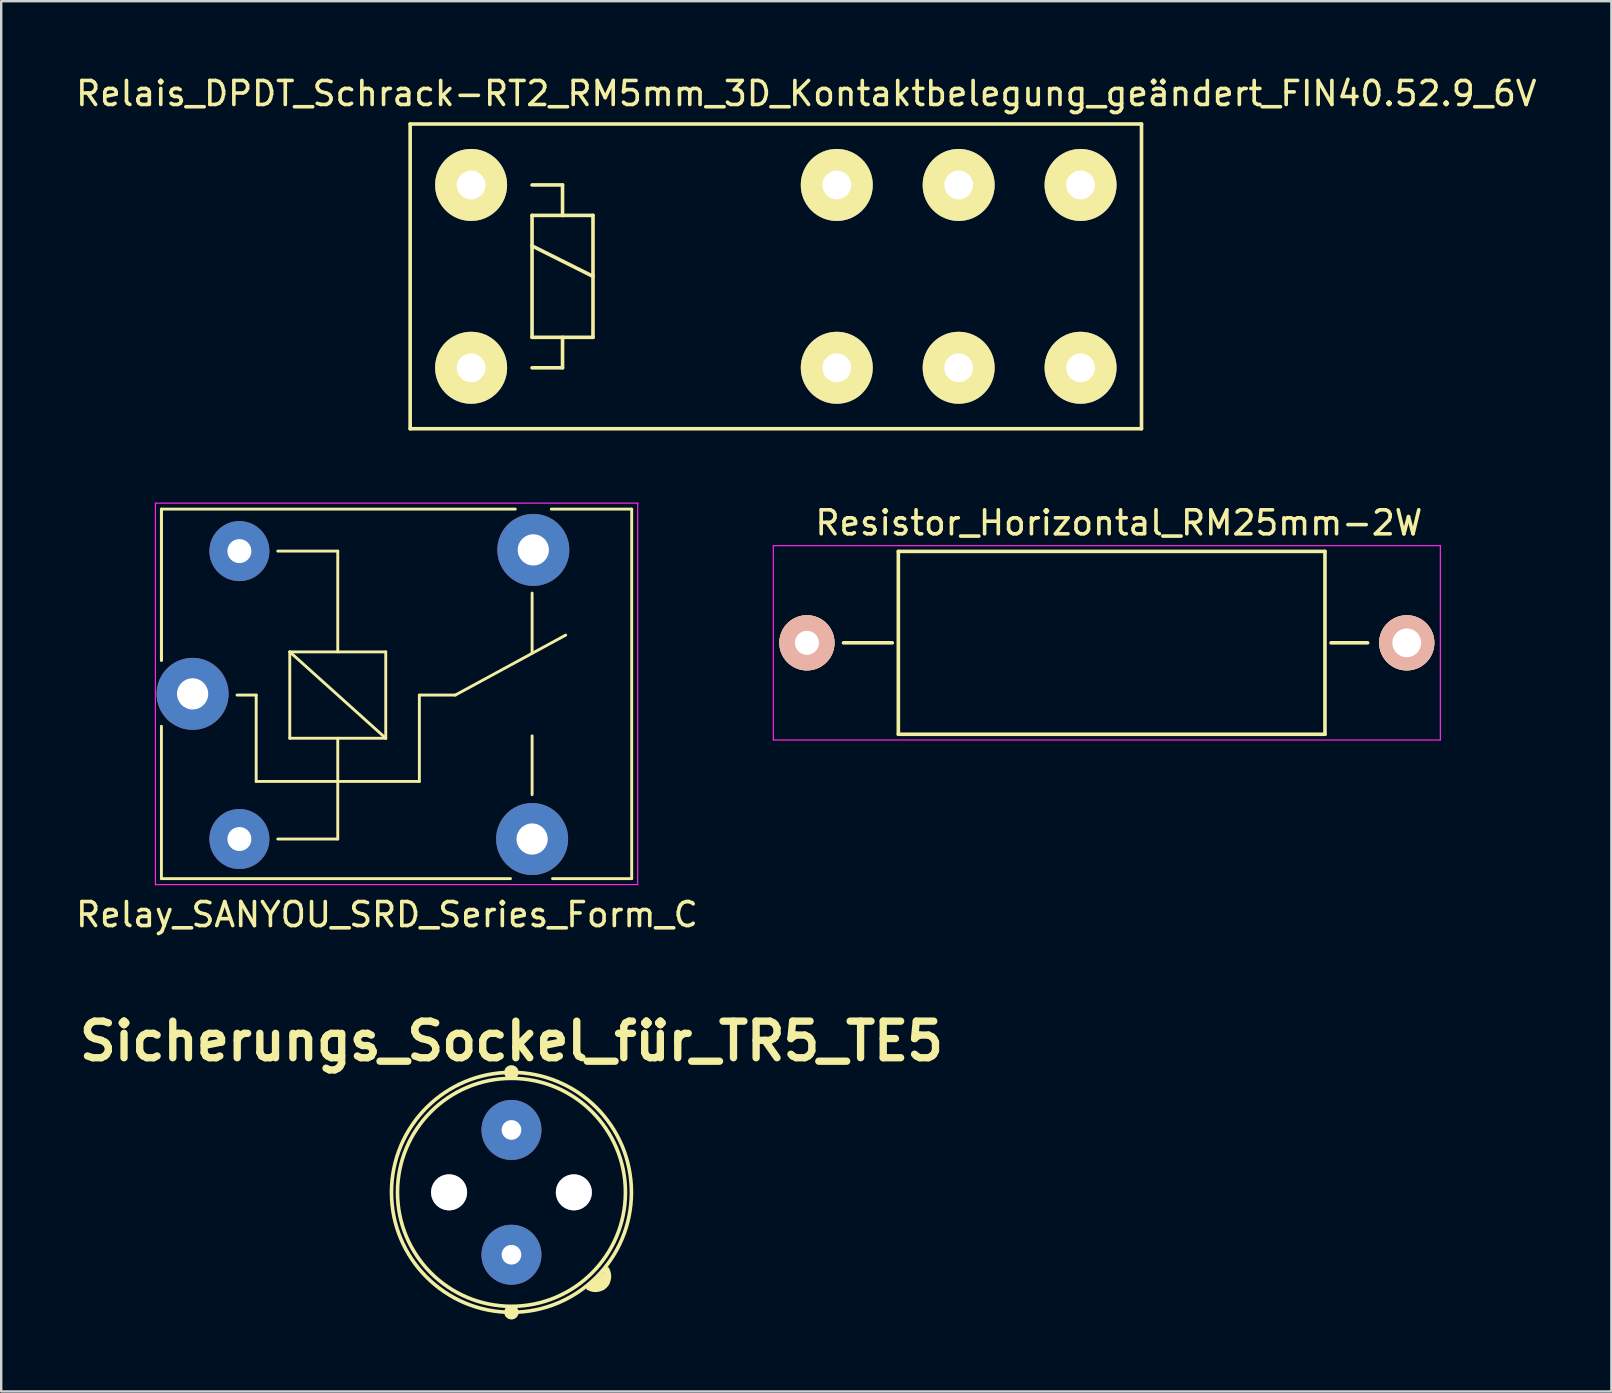
<source format=kicad_pcb>
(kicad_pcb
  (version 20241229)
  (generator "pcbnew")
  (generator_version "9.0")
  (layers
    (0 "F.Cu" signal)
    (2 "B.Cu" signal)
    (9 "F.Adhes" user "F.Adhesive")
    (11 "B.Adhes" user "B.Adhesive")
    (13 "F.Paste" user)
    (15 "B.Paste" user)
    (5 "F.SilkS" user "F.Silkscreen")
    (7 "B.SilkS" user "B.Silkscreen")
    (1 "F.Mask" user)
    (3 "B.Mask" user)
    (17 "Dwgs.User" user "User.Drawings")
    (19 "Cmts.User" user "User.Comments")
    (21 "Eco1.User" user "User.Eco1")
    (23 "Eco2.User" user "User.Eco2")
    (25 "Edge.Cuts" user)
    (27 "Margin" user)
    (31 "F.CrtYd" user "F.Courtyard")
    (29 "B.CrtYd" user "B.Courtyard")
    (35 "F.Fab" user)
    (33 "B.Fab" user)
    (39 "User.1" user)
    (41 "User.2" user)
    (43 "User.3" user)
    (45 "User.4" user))
  (footprint "Resistor_Horizontal_RM25mm-2W"
    (layer "F.Cu")
    (at 43.08 23.741)
    (property "Reference" "Resistor_Horizontal_RM25mm-2W" (at 0.5 -5 0) (layer "F.SilkS") (effects (font (size 1 1) (thickness 0.15))))
    (attr through_hole)
    (fp_line (start -8.944 0) (end -10.976 0) (stroke (width 0.15) (type solid)) (layer "F.SilkS"))
    (fp_line (start -8.69 -3.81) (end -8.69 3.81) (stroke (width 0.15) (type solid)) (layer "F.SilkS"))
    (fp_line (start -8.69 3.81) (end 9.09 3.81) (stroke (width 0.15) (type solid)) (layer "F.SilkS"))
    (fp_line (start 9.09 -3.81) (end -8.69 -3.81) (stroke (width 0.15) (type solid)) (layer "F.SilkS"))
    (fp_line (start 9.09 3.81) (end 9.09 -3.81) (stroke (width 0.15) (type solid)) (layer "F.SilkS"))
    (fp_line (start 9.344 0) (end 10.868 0) (stroke (width 0.15) (type solid)) (layer "F.SilkS"))
    (fp_line (start -13.9 -4.05) (end 13.9 -4.05) (stroke (width 0.05) (type solid)) (layer "F.CrtYd"))
    (fp_line (start -13.9 4.05) (end -13.9 -4.05) (stroke (width 0.05) (type solid)) (layer "F.CrtYd"))
    (fp_line (start -13.9 4.05) (end 13.9 4.05) (stroke (width 0.05) (type solid)) (layer "F.CrtYd"))
    (fp_line (start 13.9 -4.05) (end 13.9 4.05) (stroke (width 0.05) (type solid)) (layer "F.CrtYd"))
    (pad "1" thru_hole circle (at -12.5 0) (size 2.301 2.301) (drill 1.001) (layers "*.Cu" "*.SilkS" "*.Mask"))
    (pad "2" thru_hole circle (at 12.499 0) (size 2.301 2.301) (drill 1.199) (layers "*.Cu" "*.SilkS" "*.Mask")))
  (footprint "Sicherungs_Sockel_für_TR5_TE5"
    (layer "F.Cu")
    (at 18.266 46.643)
    (property "Reference" "Sicherungs_Sockel_für_TR5_TE5" (at 0 -6.3 0) (layer "F.SilkS") (effects (font (size 1.524 1.524) (thickness 0.305))))
    (attr through_hole)
    (fp_line (start -0.2 -5.1) (end 0.1 -5.1) (stroke (width 0.15) (type solid)) (layer "F.SilkS"))
    (fp_line (start -0.2 -4.9) (end 0.1 -4.9) (stroke (width 0.15) (type solid)) (layer "F.SilkS"))
    (fp_line (start -0.2 4.9) (end 0.1 4.9) (stroke (width 0.15) (type solid)) (layer "F.SilkS"))
    (fp_line (start -0.2 5.1) (end 0.1 5.1) (stroke (width 0.15) (type solid)) (layer "F.SilkS"))
    (fp_line (start 3.2 4) (end 3.3 3.9) (stroke (width 0.15) (type solid)) (layer "F.SilkS"))
    (fp_line (start 3.3 3.9) (end 3.7 3.7) (stroke (width 0.15) (type solid)) (layer "F.SilkS"))
    (fp_line (start 3.4 4) (end 3.3 3.9) (stroke (width 0.15) (type solid)) (layer "F.SilkS"))
    (fp_line (start 3.4 4) (end 3.6 4) (stroke (width 0.15) (type solid)) (layer "F.SilkS"))
    (fp_line (start 3.6 3.6) (end 3.3 3.9) (stroke (width 0.15) (type solid)) (layer "F.SilkS"))
    (fp_line (start 3.6 3.8) (end 3.8 3.7) (stroke (width 0.15) (type solid)) (layer "F.SilkS"))
    (fp_line (start 3.6 4) (end 3.4 3.8) (stroke (width 0.15) (type solid)) (layer "F.SilkS"))
    (fp_line (start 3.6 4) (end 3.9 3.8) (stroke (width 0.15) (type solid)) (layer "F.SilkS"))
    (fp_line (start 3.8 3.7) (end 3.8 3.8) (stroke (width 0.15) (type solid)) (layer "F.SilkS"))
    (fp_line (start 3.8 3.8) (end 3.6 3.6) (stroke (width 0.15) (type solid)) (layer "F.SilkS"))
    (fp_line (start 3.8 4) (end 3.5 3.7) (stroke (width 0.15) (type solid)) (layer "F.SilkS"))
    (fp_line (start 3.9 3.8) (end 4 3.4) (stroke (width 0.15) (type solid)) (layer "F.SilkS"))
    (fp_line (start 4 3.2) (end 3.9 3.3) (stroke (width 0.15) (type solid)) (layer "F.SilkS"))
    (fp_line (start 4 3.4) (end 3.6 3.8) (stroke (width 0.15) (type solid)) (layer "F.SilkS"))
    (fp_line (start 4 3.4) (end 3.9 3.3) (stroke (width 0.15) (type solid)) (layer "F.SilkS"))
    (fp_line (start 4 3.6) (end 3.8 3.4) (stroke (width 0.15) (type solid)) (layer "F.SilkS"))
    (fp_line (start 4 3.8) (end 3.7 3.5) (stroke (width 0.15) (type solid)) (layer "F.SilkS"))
    (fp_arc (start 4 3.2) (mid 4.065685 3.641421) (end 3.8 4) (stroke (width 0.15) (type solid)) (layer "F.SilkS"))
    (fp_arc (start 4 3.8) (mid 3.641421 4.065685) (end 3.2 4) (stroke (width 0.15) (type solid)) (layer "F.SilkS"))
    (fp_circle (center 0 -5) (end 0.1 -4.8) (stroke (width 0.15) (type solid)) (fill no) (layer "F.SilkS"))
    (fp_circle (center 0 0) (end 4.75 0) (stroke (width 0.15) (type solid)) (fill no) (layer "F.SilkS"))
    (fp_circle (center 0 0) (end 5 0) (stroke (width 0.15) (type solid)) (fill no) (layer "F.SilkS"))
    (fp_circle (center 0 5) (end 0.1 5.2) (stroke (width 0.15) (type solid)) (fill no) (layer "F.SilkS"))
    (pad "" thru_hole circle (at -2.6 0) (size 1.5 1.5) (drill 1.5) (layers "*.Cu" "*.Mask"))
    (pad "" thru_hole circle (at 2.6 0) (size 1.5 1.5) (drill 1.5) (layers "*.Cu" "*.Mask"))
    (pad "1" thru_hole circle (at 0 -2.6) (size 2.5 2.5) (drill 0.82) (layers "*.Cu" "*.Mask"))
    (pad "2" thru_hole circle (at 0 2.6) (size 2.5 2.5) (drill 0.82) (layers "*.Cu" "*.Mask")))
  (footprint "Relais_DPDT_Schrack-RT2_RM5mm_3D_Kontaktbelegung_geändert_FIN40.52.9_6V"
    (layer "F.Cu")
    (at 16.584 12.278)
    (property "Reference" "Relais_DPDT_Schrack-RT2_RM5mm_3D_Kontaktbelegung_geändert_FIN40.52.9_6V" (at 13.97 -11.43 0) (layer "F.SilkS") (effects (font (size 1 1) (thickness 0.15))))
    (attr through_hole)
    (fp_line (start -2.54 -10.16) (end 27.94 -10.16) (stroke (width 0.15) (type solid)) (layer "F.SilkS"))
    (fp_line (start -2.54 2.54) (end -2.54 -10.16) (stroke (width 0.15) (type solid)) (layer "F.SilkS"))
    (fp_line (start 2.54 -7.62) (end 3.81 -7.62) (stroke (width 0.15) (type solid)) (layer "F.SilkS"))
    (fp_line (start 2.54 -6.35) (end 3.81 -6.35) (stroke (width 0.15) (type solid)) (layer "F.SilkS"))
    (fp_line (start 2.54 -5.08) (end 5.08 -3.81) (stroke (width 0.15) (type solid)) (layer "F.SilkS"))
    (fp_line (start 2.54 -1.27) (end 2.54 -6.35) (stroke (width 0.15) (type solid)) (layer "F.SilkS"))
    (fp_line (start 3.81 -7.62) (end 3.81 -6.35) (stroke (width 0.15) (type solid)) (layer "F.SilkS"))
    (fp_line (start 3.81 -6.35) (end 5.08 -6.35) (stroke (width 0.15) (type solid)) (layer "F.SilkS"))
    (fp_line (start 3.81 -1.27) (end 3.81 0) (stroke (width 0.15) (type solid)) (layer "F.SilkS"))
    (fp_line (start 3.81 0) (end 2.54 0) (stroke (width 0.15) (type solid)) (layer "F.SilkS"))
    (fp_line (start 5.08 -6.35) (end 5.08 -1.27) (stroke (width 0.15) (type solid)) (layer "F.SilkS"))
    (fp_line (start 5.08 -1.27) (end 2.54 -1.27) (stroke (width 0.15) (type solid)) (layer "F.SilkS"))
    (fp_line (start 27.94 -10.16) (end 27.94 2.54) (stroke (width 0.15) (type solid)) (layer "F.SilkS"))
    (fp_line (start 27.94 2.54) (end -2.54 2.54) (stroke (width 0.15) (type solid)) (layer "F.SilkS"))
    (pad "1" thru_hole circle (at 25.4 0) (size 3 3) (drill 1.199) (layers "*.Cu" "*.Mask" "F.SilkS"))
    (pad "3" thru_hole circle (at 15.24 0) (size 3 3) (drill 1.199) (layers "*.Cu" "*.Mask" "F.SilkS"))
    (pad "5" thru_hole circle (at 20.32 0) (size 3 3) (drill 1.199) (layers "*.Cu" "*.Mask" "F.SilkS"))
    (pad "8" thru_hole circle (at 0 -7.62) (size 3 3) (drill 1.199) (layers "*.Cu" "*.Mask" "F.SilkS"))
    (pad "9" thru_hole circle (at 0 0) (size 3 3) (drill 1.199) (layers "*.Cu" "*.Mask" "F.SilkS"))
    (pad "12" thru_hole circle (at 20.32 -7.62) (size 3 3) (drill 1.199) (layers "*.Cu" "*.Mask" "F.SilkS"))
    (pad "14" thru_hole circle (at 15.24 -7.62) (size 3 3) (drill 1.199) (layers "*.Cu" "*.Mask" "F.SilkS"))
    (pad "16" thru_hole circle (at 25.4 -7.62) (size 3 3) (drill 1.199) (layers "*.Cu" "*.Mask" "F.SilkS")))
  (footprint "Relay_SANYOU_SRD_Series_Form_C"
    (layer "F.Cu")
    (at 4.977 25.868)
    (property "Reference" "Relay_SANYOU_SRD_Series_Form_C" (at 8.1 9.2 0) (layer "F.SilkS") (effects (font (size 1 1) (thickness 0.15))))
    (attr through_hole)
    (fp_line (start -1.3 -7.7) (end 13.45 -7.7) (stroke (width 0.12) (type solid)) (layer "F.SilkS"))
    (fp_line (start -1.3 -7.65) (end -1.3 -1.4) (stroke (width 0.12) (type solid)) (layer "F.SilkS"))
    (fp_line (start -1.3 -1.4) (end -1.3 -7.7) (stroke (width 0.12) (type solid)) (layer "F.SilkS"))
    (fp_line (start -1.3 1.35) (end -1.3 7.7) (stroke (width 0.12) (type solid)) (layer "F.SilkS"))
    (fp_line (start -1.3 7.7) (end 13.25 7.7) (stroke (width 0.12) (type solid)) (layer "F.SilkS"))
    (fp_line (start 2.65 0.05) (end 1.85 0.05) (stroke (width 0.12) (type solid)) (layer "F.SilkS"))
    (fp_line (start 2.65 0.05) (end 2.65 3.65) (stroke (width 0.12) (type solid)) (layer "F.SilkS"))
    (fp_line (start 3.55 6.05) (end 6.05 6.05) (stroke (width 0.12) (type solid)) (layer "F.SilkS"))
    (fp_line (start 4.05 -1.75) (end 8.05 -1.75) (stroke (width 0.12) (type solid)) (layer "F.SilkS"))
    (fp_line (start 4.05 1.85) (end 4.05 -1.75) (stroke (width 0.12) (type solid)) (layer "F.SilkS"))
    (fp_line (start 6.05 -5.95) (end 3.55 -5.95) (stroke (width 0.12) (type solid)) (layer "F.SilkS"))
    (fp_line (start 6.05 -5.95) (end 6.05 -1.75) (stroke (width 0.12) (type solid)) (layer "F.SilkS"))
    (fp_line (start 6.05 1.85) (end 6.05 6.05) (stroke (width 0.12) (type solid)) (layer "F.SilkS"))
    (fp_line (start 8.05 -1.75) (end 8.05 1.85) (stroke (width 0.12) (type solid)) (layer "F.SilkS"))
    (fp_line (start 8.05 1.85) (end 4.05 -1.75) (stroke (width 0.12) (type solid)) (layer "F.SilkS"))
    (fp_line (start 8.05 1.85) (end 4.05 1.85) (stroke (width 0.12) (type solid)) (layer "F.SilkS"))
    (fp_line (start 9.45 0.05) (end 9.45 3.65) (stroke (width 0.12) (type solid)) (layer "F.SilkS"))
    (fp_line (start 9.45 0.05) (end 10.95 0.05) (stroke (width 0.12) (type solid)) (layer "F.SilkS"))
    (fp_line (start 9.45 3.65) (end 2.65 3.65) (stroke (width 0.12) (type solid)) (layer "F.SilkS"))
    (fp_line (start 10.95 0.05) (end 15.55 -2.45) (stroke (width 0.12) (type solid)) (layer "F.SilkS"))
    (fp_line (start 14.15 -4.2) (end 14.15 -1.7) (stroke (width 0.12) (type solid)) (layer "F.SilkS"))
    (fp_line (start 14.15 4.2) (end 14.15 1.75) (stroke (width 0.12) (type solid)) (layer "F.SilkS"))
    (fp_line (start 15 7.7) (end 18.3 7.7) (stroke (width 0.12) (type solid)) (layer "F.SilkS"))
    (fp_line (start 18.3 -7.7) (end 14.95 -7.7) (stroke (width 0.12) (type solid)) (layer "F.SilkS"))
    (fp_line (start 18.3 7.7) (end 18.3 -7.7) (stroke (width 0.12) (type solid)) (layer "F.SilkS"))
    (fp_line (start -1.55 7.95) (end -1.55 -7.95) (stroke (width 0.05) (type solid)) (layer "F.CrtYd"))
    (fp_line (start -1.55 7.95) (end 18.55 7.95) (stroke (width 0.05) (type solid)) (layer "F.CrtYd"))
    (fp_line (start 18.55 -7.95) (end -1.55 -7.95) (stroke (width 0.05) (type solid)) (layer "F.CrtYd"))
    (fp_line (start 18.55 -7.95) (end 18.55 7.95) (stroke (width 0.05) (type solid)) (layer "F.CrtYd"))
    (pad "1" thru_hole circle (at 0 0 90) (size 3 3) (drill 1.3) (layers "*.Cu" "*.Mask"))
    (pad "2" thru_hole circle (at 1.95 6.05 90) (size 2.5 2.5) (drill 1) (layers "*.Cu" "*.Mask"))
    (pad "3" thru_hole circle (at 14.15 6.05 90) (size 3 3) (drill 1.3) (layers "*.Cu" "*.Mask"))
    (pad "4" thru_hole circle (at 14.2 -6 90) (size 3 3) (drill 1.3) (layers "*.Cu" "*.Mask"))
    (pad "5" thru_hole circle (at 1.95 -5.95 90) (size 2.5 2.5) (drill 1) (layers "*.Cu" "*.Mask")))
  (gr_rect
    (start -3 -3)
    (end 64.107 54.942)
    (stroke (width 0.1) (type default))
    (fill no)
    (layer "Edge.Cuts")))
</source>
